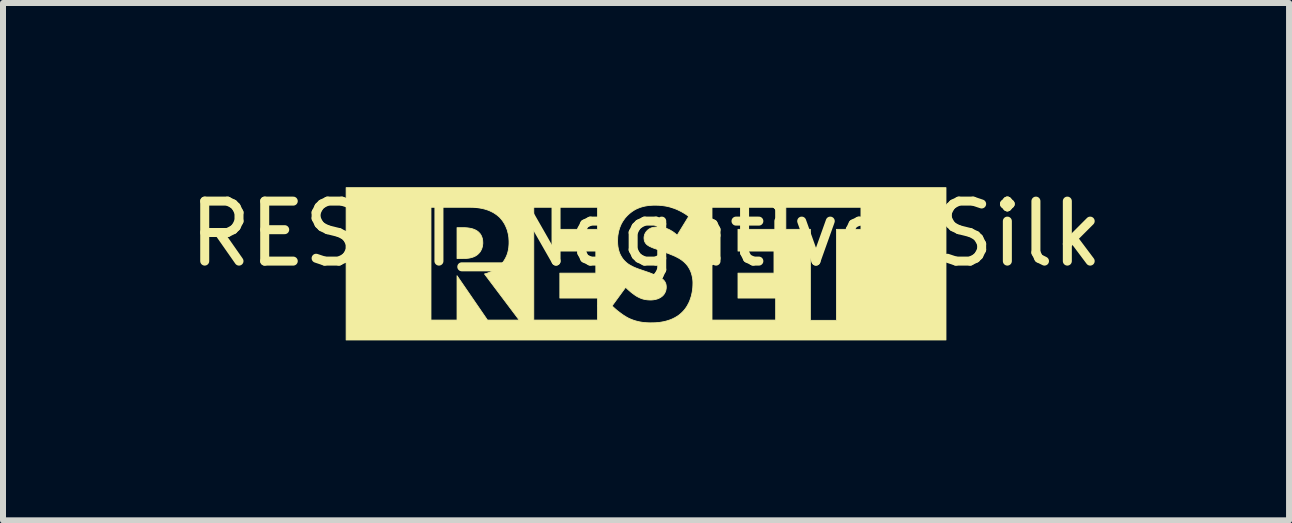
<source format=kicad_pcb>
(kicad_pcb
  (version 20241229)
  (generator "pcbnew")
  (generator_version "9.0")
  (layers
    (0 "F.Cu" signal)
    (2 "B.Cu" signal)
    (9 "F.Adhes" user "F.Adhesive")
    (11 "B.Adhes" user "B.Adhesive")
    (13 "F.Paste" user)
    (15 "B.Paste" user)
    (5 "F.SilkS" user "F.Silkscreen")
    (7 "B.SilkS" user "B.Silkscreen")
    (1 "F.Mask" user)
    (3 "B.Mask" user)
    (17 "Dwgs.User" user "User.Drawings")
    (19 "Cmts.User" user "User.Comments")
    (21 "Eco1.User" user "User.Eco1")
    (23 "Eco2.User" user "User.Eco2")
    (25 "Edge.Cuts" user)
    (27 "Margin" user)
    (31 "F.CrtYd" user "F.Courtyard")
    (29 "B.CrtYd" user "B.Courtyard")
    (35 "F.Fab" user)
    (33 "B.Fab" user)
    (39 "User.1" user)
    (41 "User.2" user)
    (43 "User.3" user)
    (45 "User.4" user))
  (footprint "RESET_Negative_Silk"
    (layer "F.Cu")
    (at 7.72 1.348)
    (property "Reference" "RESET_Negative_Silk" (at 0 -0.5 0) (unlocked yes) (layer "F.SilkS") (effects (font (size 1 1) (thickness 0.15))))
    (fp_poly (pts (xy -3.026 -0.603) (xy -2.998 -0.601) (xy -2.983 -0.6) (xy -2.967 -0.598) (xy -2.951 -0.596) (xy -2.934 -0.593) (xy -2.918 -0.59) (xy -2.901 -0.586) (xy -2.885 -0.581) (xy -2.869 -0.575) (xy -2.853 -0.568) (xy -2.837 -0.561) (xy -2.823 -0.553) (xy -2.809 -0.543) (xy -2.802 -0.538) (xy -2.794 -0.531) (xy -2.787 -0.524) (xy -2.779 -0.516) (xy -2.772 -0.508) (xy -2.764 -0.499) (xy -2.757 -0.488) (xy -2.751 -0.477) (xy -2.744 -0.465) (xy -2.739 -0.452) (xy -2.734 -0.438) (xy -2.729 -0.423) (xy -2.726 -0.407) (xy -2.723 -0.39) (xy -2.722 -0.372) (xy -2.721 -0.353) (xy -2.721 -0.344) (xy -2.721 -0.336) (xy -2.722 -0.328) (xy -2.723 -0.32) (xy -2.724 -0.312) (xy -2.725 -0.305) (xy -2.726 -0.297) (xy -2.728 -0.29) (xy -2.729 -0.283) (xy -2.731 -0.276) (xy -2.735 -0.263) (xy -2.739 -0.25) (xy -2.744 -0.239) (xy -2.75 -0.228) (xy -2.755 -0.217) (xy -2.761 -0.207) (xy -2.767 -0.198) (xy -2.773 -0.19) (xy -2.779 -0.183) (xy -2.786 -0.176) (xy -2.792 -0.169) (xy -2.799 -0.163) (xy -2.806 -0.156) (xy -2.813 -0.15) (xy -2.821 -0.145) (xy -2.837 -0.134) (xy -2.853 -0.125) (xy -2.869 -0.118) (xy -2.886 -0.111) (xy -2.903 -0.106) (xy -2.921 -0.101) (xy -2.938 -0.097) (xy -2.955 -0.094) (xy -2.973 -0.092) (xy -2.99 -0.09) (xy -3.006 -0.089) (xy -3.022 -0.089) (xy -3.053 -0.088) (xy -3.151 -0.088) (xy -3.151 -0.603) (xy -3.049 -0.603)) (stroke (width 0.013) (type solid)) (fill yes) (layer "F.SilkS"))
    (fp_poly (pts (xy 5.001 1.27) (xy -5 1.27) (xy -5 0.938) (xy -3.585 0.938) (xy -3.151 0.938) (xy -3.151 0.198) (xy -2.643 0.938) (xy -2.114 0.938) (xy -1.871 0.938) (xy -0.809 0.938) (xy -0.809 0.702) (xy -0.566 0.702) (xy -0.537 0.729) (xy -0.506 0.757) (xy -0.473 0.785) (xy -0.437 0.812) (xy -0.401 0.839) (xy -0.382 0.852) (xy -0.364 0.864) (xy -0.345 0.875) (xy -0.327 0.887) (xy -0.308 0.897) (xy -0.29 0.907) (xy -0.268 0.917) (xy -0.245 0.926) (xy -0.223 0.935) (xy -0.2 0.943) (xy -0.178 0.95) (xy -0.155 0.956) (xy -0.132 0.962) (xy -0.109 0.967) (xy -0.086 0.971) (xy -0.062 0.975) (xy -0.038 0.978) (xy -0.015 0.98) (xy 0.01 0.982) (xy 0.034 0.983) (xy 0.059 0.984) (xy 0.084 0.984) (xy 0.135 0.983) (xy 0.164 0.982) (xy 0.196 0.979) (xy 0.228 0.976) (xy 0.263 0.97) (xy 0.298 0.964) (xy 0.334 0.955) (xy 0.371 0.944) (xy 0.388 0.938) (xy 1.1 0.938) (xy 2.161 0.938) (xy 2.161 0.571) (xy 1.533 0.571) (xy 1.533 0.155) (xy 2.133 0.155) (xy 2.133 -0.212) (xy 1.533 -0.212) (xy 1.533 -0.575) (xy 2.161 -0.575) (xy 2.331 -0.575) (xy 2.74 -0.575) (xy 2.74 0.942) (xy 3.174 0.942) (xy 3.174 -0.575) (xy 3.583 -0.575) (xy 3.583 -0.942) (xy 2.331 -0.942) (xy 2.331 -0.575) (xy 2.161 -0.575) (xy 2.161 -0.942) (xy 1.1 -0.942) (xy 1.1 0.938) (xy 0.388 0.938) (xy 0.407 0.932) (xy 0.444 0.916) (xy 0.48 0.898) (xy 0.516 0.877) (xy 0.534 0.865) (xy 0.551 0.853) (xy 0.568 0.839) (xy 0.584 0.825) (xy 0.6 0.81) (xy 0.616 0.794) (xy 0.634 0.774) (xy 0.652 0.752) (xy 0.668 0.729) (xy 0.684 0.705) (xy 0.698 0.679) (xy 0.712 0.653) (xy 0.725 0.625) (xy 0.736 0.595) (xy 0.746 0.565) (xy 0.756 0.534) (xy 0.763 0.501) (xy 0.77 0.468) (xy 0.775 0.434) (xy 0.779 0.4) (xy 0.781 0.364) (xy 0.782 0.328) (xy 0.782 0.307) (xy 0.781 0.286) (xy 0.779 0.264) (xy 0.776 0.242) (xy 0.772 0.22) (xy 0.767 0.197) (xy 0.761 0.175) (xy 0.754 0.152) (xy 0.746 0.13) (xy 0.736 0.107) (xy 0.725 0.085) (xy 0.712 0.063) (xy 0.698 0.041) (xy 0.682 0.02) (xy 0.664 -0.001) (xy 0.644 -0.021) (xy 0.63 -0.034) (xy 0.615 -0.046) (xy 0.6 -0.058) (xy 0.584 -0.069) (xy 0.568 -0.08) (xy 0.552 -0.09) (xy 0.535 -0.099) (xy 0.518 -0.108) (xy 0.501 -0.117) (xy 0.485 -0.125) (xy 0.451 -0.14) (xy 0.418 -0.153) (xy 0.387 -0.166) (xy 0.246 -0.219) (xy 0.162 -0.249) (xy 0.127 -0.261) (xy 0.112 -0.267) (xy 0.097 -0.273) (xy 0.084 -0.279) (xy 0.071 -0.285) (xy 0.059 -0.29) (xy 0.048 -0.297) (xy 0.037 -0.303) (xy 0.028 -0.31) (xy 0.018 -0.317) (xy 0.009 -0.325) (xy 0.004 -0.33) (xy -0.000479 -0.335) (xy -0.005 -0.341) (xy -0.009 -0.347) (xy -0.013 -0.352) (xy -0.016 -0.358) (xy -0.019 -0.365) (xy -0.022 -0.371) (xy -0.025 -0.377) (xy -0.027 -0.384) (xy -0.029 -0.391) (xy -0.03 -0.398) (xy -0.031 -0.406) (xy -0.032 -0.414) (xy -0.033 -0.422) (xy -0.033 -0.43) (xy -0.033 -0.44) (xy -0.032 -0.449) (xy -0.031 -0.457) (xy -0.029 -0.466) (xy -0.027 -0.474) (xy -0.025 -0.483) (xy -0.022 -0.491) (xy -0.019 -0.498) (xy -0.015 -0.506) (xy -0.012 -0.513) (xy -0.007 -0.52) (xy -0.003 -0.527) (xy 0.001 -0.533) (xy 0.006 -0.539) (xy 0.011 -0.545) (xy 0.016 -0.55) (xy 0.021 -0.555) (xy 0.026 -0.56) (xy 0.031 -0.565) (xy 0.036 -0.569) (xy 0.047 -0.577) (xy 0.058 -0.584) (xy 0.069 -0.59) (xy 0.08 -0.595) (xy 0.092 -0.6) (xy 0.104 -0.603) (xy 0.116 -0.606) (xy 0.129 -0.609) (xy 0.141 -0.61) (xy 0.153 -0.612) (xy 0.165 -0.613) (xy 0.177 -0.613) (xy 0.2 -0.614) (xy 0.224 -0.613) (xy 0.238 -0.612) (xy 0.254 -0.611) (xy 0.27 -0.608) (xy 0.288 -0.605) (xy 0.307 -0.6) (xy 0.327 -0.594) (xy 0.348 -0.587) (xy 0.37 -0.578) (xy 0.393 -0.567) (xy 0.416 -0.554) (xy 0.441 -0.539) (xy 0.466 -0.522) (xy 0.491 -0.502) (xy 0.517 -0.48) (xy 0.517 -0.473) (xy 0.711 -0.79) (xy 0.671 -0.82) (xy 0.63 -0.846) (xy 0.59 -0.869) (xy 0.55 -0.889) (xy 0.512 -0.907) (xy 0.473 -0.922) (xy 0.436 -0.935) (xy 0.4 -0.946) (xy 0.364 -0.955) (xy 0.33 -0.962) (xy 0.297 -0.967) (xy 0.265 -0.971) (xy 0.235 -0.974) (xy 0.207 -0.976) (xy 0.154 -0.977) (xy 0.121 -0.977) (xy 0.089 -0.975) (xy 0.057 -0.973) (xy 0.026 -0.969) (xy -0.005 -0.964) (xy -0.035 -0.958) (xy -0.065 -0.95) (xy -0.095 -0.941) (xy -0.123 -0.93) (xy -0.152 -0.918) (xy -0.18 -0.904) (xy -0.207 -0.888) (xy -0.234 -0.87) (xy -0.26 -0.85) (xy -0.286 -0.828) (xy -0.312 -0.804) (xy -0.332 -0.782) (xy -0.351 -0.76) (xy -0.368 -0.736) (xy -0.385 -0.712) (xy -0.399 -0.688) (xy -0.413 -0.663) (xy -0.424 -0.637) (xy -0.435 -0.611) (xy -0.444 -0.584) (xy -0.452 -0.557) (xy -0.459 -0.529) (xy -0.464 -0.501) (xy -0.469 -0.472) (xy -0.472 -0.442) (xy -0.473 -0.412) (xy -0.474 -0.381) (xy -0.473 -0.345) (xy -0.472 -0.326) (xy -0.47 -0.306) (xy -0.468 -0.286) (xy -0.464 -0.265) (xy -0.46 -0.244) (xy -0.454 -0.222) (xy -0.448 -0.201) (xy -0.44 -0.179) (xy -0.431 -0.157) (xy -0.42 -0.136) (xy -0.408 -0.115) (xy -0.394 -0.094) (xy -0.379 -0.073) (xy -0.361 -0.053) (xy -0.347 -0.039) (xy -0.333 -0.026) (xy -0.318 -0.013) (xy -0.303 -0.001) (xy -0.287 0.009) (xy -0.271 0.02) (xy -0.254 0.029) (xy -0.237 0.038) (xy -0.22 0.047) (xy -0.203 0.055) (xy -0.168 0.07) (xy -0.134 0.083) (xy -0.1 0.095) (xy 0.055 0.148) (xy 0.105 0.168) (xy 0.135 0.18) (xy 0.166 0.193) (xy 0.197 0.207) (xy 0.212 0.215) (xy 0.226 0.223) (xy 0.24 0.23) (xy 0.253 0.238) (xy 0.264 0.246) (xy 0.274 0.254) (xy 0.281 0.26) (xy 0.288 0.266) (xy 0.294 0.273) (xy 0.3 0.279) (xy 0.306 0.286) (xy 0.311 0.294) (xy 0.316 0.301) (xy 0.32 0.309) (xy 0.324 0.317) (xy 0.328 0.326) (xy 0.331 0.335) (xy 0.333 0.345) (xy 0.335 0.355) (xy 0.336 0.365) (xy 0.337 0.376) (xy 0.338 0.388) (xy 0.337 0.395) (xy 0.337 0.401) (xy 0.337 0.407) (xy 0.336 0.414) (xy 0.335 0.42) (xy 0.334 0.426) (xy 0.333 0.431) (xy 0.332 0.437) (xy 0.331 0.443) (xy 0.329 0.448) (xy 0.326 0.459) (xy 0.322 0.469) (xy 0.317 0.478) (xy 0.312 0.488) (xy 0.307 0.496) (xy 0.302 0.505) (xy 0.296 0.513) (xy 0.29 0.52) (xy 0.284 0.527) (xy 0.277 0.534) (xy 0.27 0.54) (xy 0.258 0.549) (xy 0.246 0.558) (xy 0.234 0.565) (xy 0.221 0.572) (xy 0.208 0.578) (xy 0.195 0.583) (xy 0.182 0.588) (xy 0.169 0.591) (xy 0.156 0.595) (xy 0.144 0.597) (xy 0.131 0.599) (xy 0.119 0.601) (xy 0.107 0.602) (xy 0.095 0.603) (xy 0.084 0.603) (xy 0.073 0.603) (xy 0.057 0.603) (xy 0.041 0.602) (xy 0.025 0.601) (xy 0.009 0.599) (xy -0.006 0.597) (xy -0.021 0.594) (xy -0.036 0.591) (xy -0.051 0.587) (xy -0.065 0.583) (xy -0.079 0.578) (xy -0.094 0.572) (xy -0.108 0.566) (xy -0.122 0.559) (xy -0.136 0.552) (xy -0.15 0.545) (xy -0.163 0.536) (xy -0.174 0.53) (xy -0.184 0.523) (xy -0.195 0.515) (xy -0.206 0.507) (xy -0.229 0.49) (xy -0.253 0.471) (xy -0.276 0.451) (xy -0.299 0.431) (xy -0.32 0.411) (xy -0.34 0.392) (xy -0.566 0.702) (xy -0.809 0.702) (xy -0.809 0.571) (xy -1.437 0.571) (xy -1.437 0.155) (xy -0.837 0.155) (xy -0.837 -0.212) (xy -1.437 -0.212) (xy -1.437 -0.575) (xy -0.809 -0.575) (xy -0.809 -0.942) (xy -1.871 -0.942) (xy -1.871 0.938) (xy -2.114 0.938) (xy -2.693 0.169) (xy -2.674 0.164) (xy -2.655 0.159) (xy -2.636 0.152) (xy -2.618 0.145) (xy -2.6 0.138) (xy -2.582 0.129) (xy -2.565 0.121) (xy -2.548 0.112) (xy -2.531 0.102) (xy -2.515 0.092) (xy -2.5 0.081) (xy -2.485 0.071) (xy -2.471 0.06) (xy -2.457 0.048) (xy -2.444 0.037) (xy -2.432 0.025) (xy -2.41 0.002) (xy -2.39 -0.021) (xy -2.372 -0.045) (xy -2.357 -0.069) (xy -2.343 -0.093) (xy -2.331 -0.118) (xy -2.32 -0.143) (xy -2.311 -0.168) (xy -2.304 -0.192) (xy -2.298 -0.217) (xy -2.293 -0.242) (xy -2.289 -0.266) (xy -2.287 -0.29) (xy -2.285 -0.314) (xy -2.284 -0.337) (xy -2.284 -0.36) (xy -2.284 -0.379) (xy -2.285 -0.398) (xy -2.286 -0.416) (xy -2.287 -0.434) (xy -2.289 -0.452) (xy -2.292 -0.469) (xy -2.295 -0.486) (xy -2.298 -0.502) (xy -2.302 -0.518) (xy -2.306 -0.534) (xy -2.314 -0.564) (xy -2.325 -0.592) (xy -2.336 -0.619) (xy -2.348 -0.644) (xy -2.36 -0.668) (xy -2.374 -0.69) (xy -2.388 -0.711) (xy -2.402 -0.73) (xy -2.417 -0.748) (xy -2.431 -0.764) (xy -2.446 -0.78) (xy -2.464 -0.795) (xy -2.483 -0.811) (xy -2.504 -0.826) (xy -2.526 -0.841) (xy -2.549 -0.855) (xy -2.575 -0.868) (xy -2.602 -0.881) (xy -2.63 -0.893) (xy -2.661 -0.903) (xy -2.693 -0.913) (xy -2.727 -0.921) (xy -2.762 -0.928) (xy -2.8 -0.934) (xy -2.84 -0.938) (xy -2.882 -0.941) (xy -2.926 -0.942) (xy -3.585 -0.942) (xy -3.585 0.938) (xy -5 0.938) (xy -5 -1.27) (xy 5.001 -1.27)) (stroke (width 0.013) (type solid)) (fill yes) (layer "F.SilkS")))
  (gr_rect
    (start -3 -3)
    (end 18.44 5.625)
    (stroke (width 0.1) (type default))
    (fill no)
    (layer "Edge.Cuts")))
</source>
